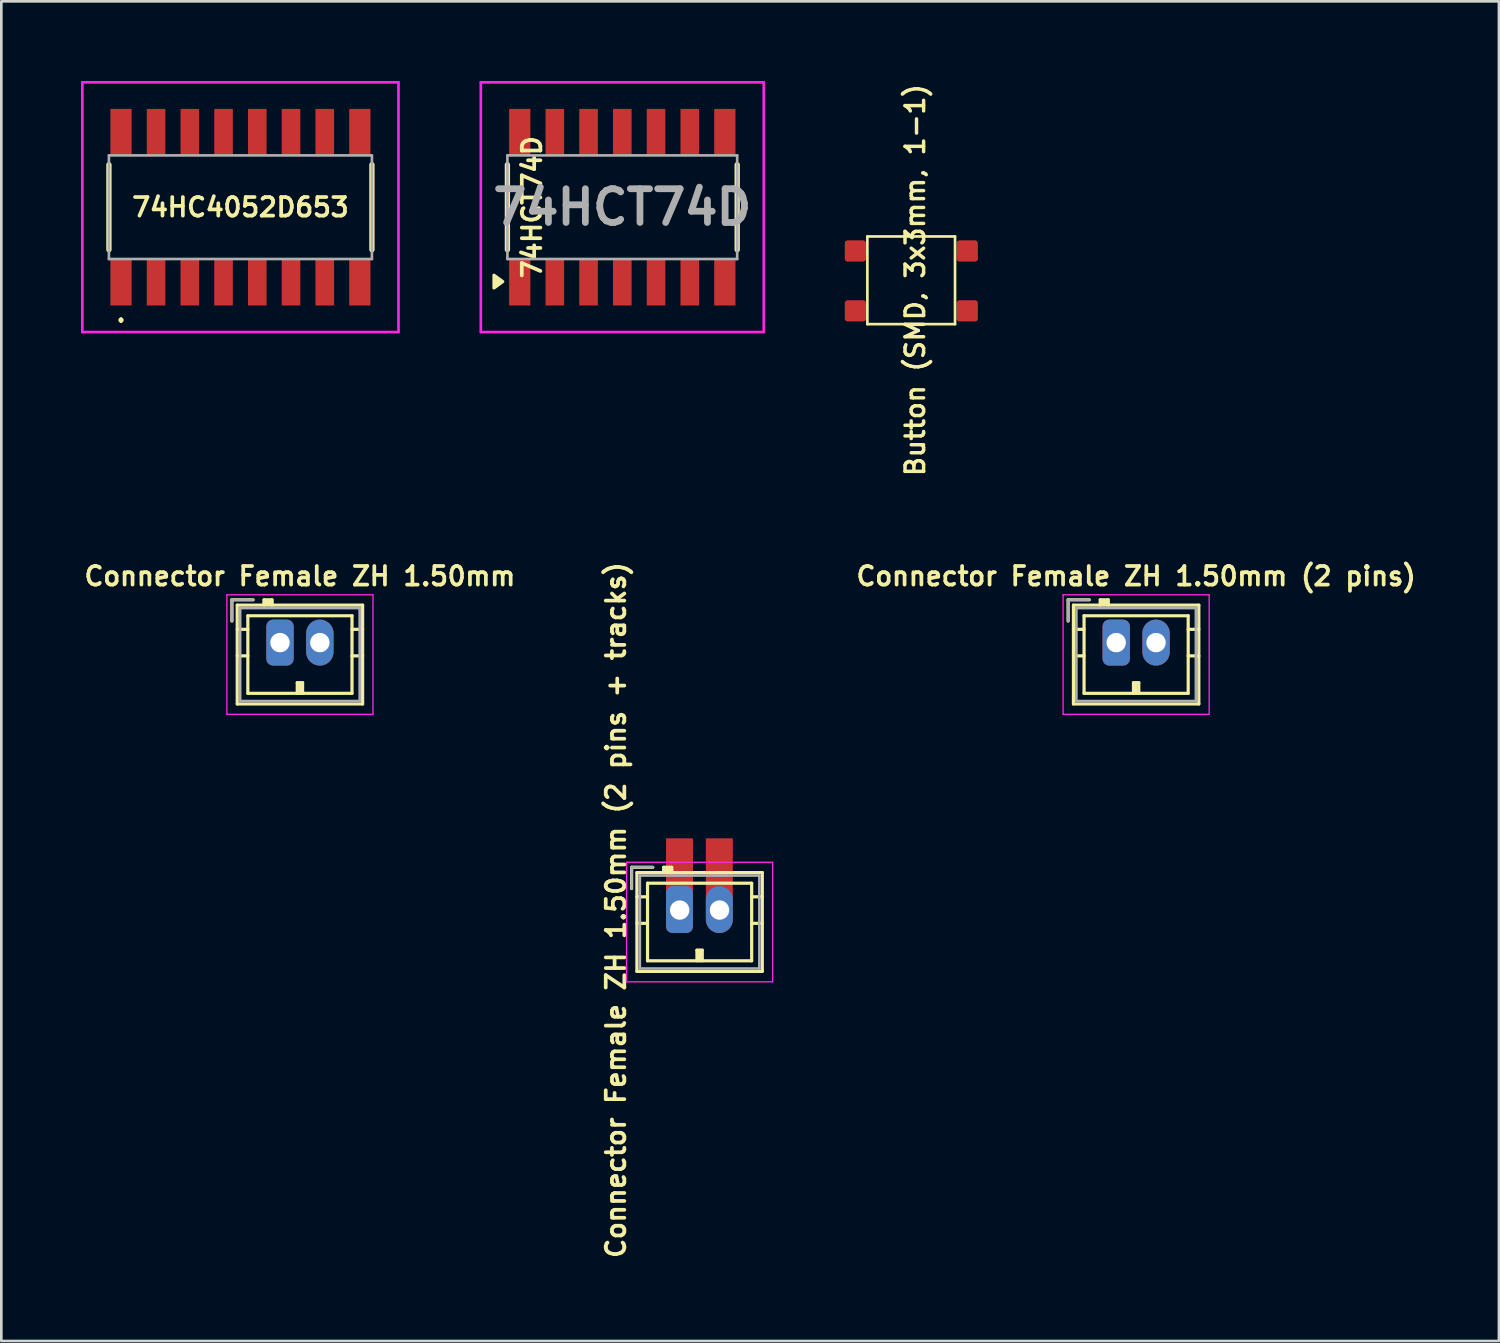
<source format=kicad_pcb>
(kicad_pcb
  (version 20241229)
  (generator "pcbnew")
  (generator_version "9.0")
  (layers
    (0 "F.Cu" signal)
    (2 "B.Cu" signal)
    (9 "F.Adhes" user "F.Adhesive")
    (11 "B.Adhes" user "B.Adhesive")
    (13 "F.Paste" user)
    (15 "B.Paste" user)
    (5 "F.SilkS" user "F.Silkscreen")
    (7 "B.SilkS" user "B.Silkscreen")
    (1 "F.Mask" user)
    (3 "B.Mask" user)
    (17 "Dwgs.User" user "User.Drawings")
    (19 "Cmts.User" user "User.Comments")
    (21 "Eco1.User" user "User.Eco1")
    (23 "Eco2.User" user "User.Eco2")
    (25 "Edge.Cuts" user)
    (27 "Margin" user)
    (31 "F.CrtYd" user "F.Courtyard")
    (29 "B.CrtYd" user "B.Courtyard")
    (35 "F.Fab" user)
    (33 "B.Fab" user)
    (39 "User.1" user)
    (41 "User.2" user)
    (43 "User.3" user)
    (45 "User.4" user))
  (footprint "74HCT74D"
    (layer "F.Cu")
    (at 20.375 4.75)
    (property "Reference" "74HCT74D" (at -3.4 0 270) (layer "F.SilkS") (effects (font (size 0.7 0.7) (thickness 0.14) (bold yes))))
    (attr smd)
    (fp_line (start -4.325 -1.6) (end -4.325 1.6) (stroke (width 0.2) (type solid)) (layer "F.SilkS"))
    (fp_line (start 4.325 -1.6) (end 4.325 1.6) (stroke (width 0.2) (type solid)) (layer "F.SilkS"))
    (fp_poly (pts (xy -4.5 2.8) (xy -4.83 3.04) (xy -4.83 2.56) (xy -4.5 2.8)) (stroke (width 0.12) (type solid)) (fill yes) (layer "F.SilkS"))
    (fp_line (start -5.325 -4.7) (end 5.325 -4.7) (stroke (width 0.1) (type solid)) (layer "F.CrtYd"))
    (fp_line (start -5.325 4.7) (end -5.325 -4.7) (stroke (width 0.1) (type solid)) (layer "F.CrtYd"))
    (fp_line (start 5.325 -4.7) (end 5.325 4.7) (stroke (width 0.1) (type solid)) (layer "F.CrtYd"))
    (fp_line (start 5.325 4.7) (end -5.325 4.7) (stroke (width 0.1) (type solid)) (layer "F.CrtYd"))
    (fp_line (start -4.325 -1.95) (end 4.325 -1.95) (stroke (width 0.1) (type solid)) (layer "F.Fab"))
    (fp_line (start -4.325 1.95) (end -4.325 -1.95) (stroke (width 0.1) (type solid)) (layer "F.Fab"))
    (fp_line (start 4.325 -1.95) (end 4.325 1.95) (stroke (width 0.1) (type solid)) (layer "F.Fab"))
    (fp_line (start 4.325 1.95) (end -4.325 1.95) (stroke (width 0.1) (type solid)) (layer "F.Fab"))
    (fp_text user "${REFERENCE}" (at 0 0 0) (layer "F.Fab") (effects (font (size 1.27 1.27) (thickness 0.254))))
    (pad "1" smd rect (at -3.86 2.825) (size 0.8 1.75) (layers "F.Cu" "F.Mask" "F.Paste"))
    (pad "2" smd rect (at -2.54 2.825) (size 0.7 1.75) (layers "F.Cu" "F.Mask" "F.Paste"))
    (pad "3" smd rect (at -1.27 2.825) (size 0.7 1.75) (layers "F.Cu" "F.Mask" "F.Paste"))
    (pad "4" smd rect (at 0 2.825) (size 0.7 1.75) (layers "F.Cu" "F.Mask" "F.Paste"))
    (pad "5" smd rect (at 1.27 2.825) (size 0.7 1.75) (layers "F.Cu" "F.Mask" "F.Paste"))
    (pad "6" smd rect (at 2.54 2.825) (size 0.7 1.75) (layers "F.Cu" "F.Mask" "F.Paste"))
    (pad "7" smd rect (at 3.86 2.825) (size 0.8 1.75) (layers "F.Cu" "F.Mask" "F.Paste"))
    (pad "8" smd rect (at 3.86 -2.825) (size 0.8 1.75) (layers "F.Cu" "F.Mask" "F.Paste"))
    (pad "9" smd rect (at 2.54 -2.825) (size 0.7 1.75) (layers "F.Cu" "F.Mask" "F.Paste"))
    (pad "10" smd rect (at 1.27 -2.825) (size 0.7 1.75) (layers "F.Cu" "F.Mask" "F.Paste"))
    (pad "11" smd rect (at 0 -2.825) (size 0.7 1.75) (layers "F.Cu" "F.Mask" "F.Paste"))
    (pad "12" smd rect (at -1.27 -2.825) (size 0.7 1.75) (layers "F.Cu" "F.Mask" "F.Paste"))
    (pad "13" smd rect (at -2.54 -2.825) (size 0.7 1.75) (layers "F.Cu" "F.Mask" "F.Paste"))
    (pad "14" smd rect (at -3.86 -2.825) (size 0.8 1.75) (layers "F.Cu" "F.Mask" "F.Paste")))
  (footprint "Connector Female ZH 1.50mm (2 pins)"
    (layer "F.Cu")
    (at 38.967 21.139)
    (property "Reference" "Connector Female ZH 1.50mm (2 pins)" (at 0.75 -2.5 0) (layer "F.SilkS") (effects (font (size 0.7 0.7) (thickness 0.14) (bold yes))))
    (attr through_hole)
    (fp_line (start -1.81 -1.61) (end -1.81 -0.81) (stroke (width 0.12) (type solid)) (layer "F.SilkS"))
    (fp_line (start -1.61 -1.41) (end -1.61 2.31) (stroke (width 0.12) (type solid)) (layer "F.SilkS"))
    (fp_line (start -1.61 -0.5) (end -1.21 -0.5) (stroke (width 0.12) (type solid)) (layer "F.SilkS"))
    (fp_line (start -1.61 0.5) (end -1.21 0.5) (stroke (width 0.12) (type solid)) (layer "F.SilkS"))
    (fp_line (start -1.61 2.31) (end 3.11 2.31) (stroke (width 0.12) (type solid)) (layer "F.SilkS"))
    (fp_line (start -1.21 -1.01) (end -1.21 1.91) (stroke (width 0.12) (type solid)) (layer "F.SilkS"))
    (fp_line (start -1.21 1.91) (end 2.71 1.91) (stroke (width 0.12) (type solid)) (layer "F.SilkS"))
    (fp_line (start -1.01 -1.61) (end -1.81 -1.61) (stroke (width 0.12) (type solid)) (layer "F.SilkS"))
    (fp_line (start -0.6 -1.61) (end -0.6 -1.41) (stroke (width 0.12) (type solid)) (layer "F.SilkS"))
    (fp_line (start -0.3 -1.61) (end -0.6 -1.61) (stroke (width 0.12) (type solid)) (layer "F.SilkS"))
    (fp_line (start -0.3 -1.51) (end -0.6 -1.51) (stroke (width 0.12) (type solid)) (layer "F.SilkS"))
    (fp_line (start -0.3 -1.41) (end -0.3 -1.61) (stroke (width 0.12) (type solid)) (layer "F.SilkS"))
    (fp_line (start 0.65 1.51) (end 0.85 1.51) (stroke (width 0.12) (type solid)) (layer "F.SilkS"))
    (fp_line (start 0.65 1.91) (end 0.65 1.51) (stroke (width 0.12) (type solid)) (layer "F.SilkS"))
    (fp_line (start 0.75 1.91) (end 0.75 1.51) (stroke (width 0.12) (type solid)) (layer "F.SilkS"))
    (fp_line (start 0.85 1.51) (end 0.85 1.91) (stroke (width 0.12) (type solid)) (layer "F.SilkS"))
    (fp_line (start 2.71 -1.01) (end -1.21 -1.01) (stroke (width 0.12) (type solid)) (layer "F.SilkS"))
    (fp_line (start 2.71 1.91) (end 2.71 -1.01) (stroke (width 0.12) (type solid)) (layer "F.SilkS"))
    (fp_line (start 3.11 -1.41) (end -1.61 -1.41) (stroke (width 0.12) (type solid)) (layer "F.SilkS"))
    (fp_line (start 3.11 -0.5) (end 2.71 -0.5) (stroke (width 0.12) (type solid)) (layer "F.SilkS"))
    (fp_line (start 3.11 0.5) (end 2.71 0.5) (stroke (width 0.12) (type solid)) (layer "F.SilkS"))
    (fp_line (start 3.11 2.31) (end 3.11 -1.41) (stroke (width 0.12) (type solid)) (layer "F.SilkS"))
    (fp_line (start -2 -1.8) (end -2 2.7) (stroke (width 0.05) (type solid)) (layer "F.CrtYd"))
    (fp_line (start -2 2.7) (end 3.5 2.7) (stroke (width 0.05) (type solid)) (layer "F.CrtYd"))
    (fp_line (start 3.5 -1.8) (end -2 -1.8) (stroke (width 0.05) (type solid)) (layer "F.CrtYd"))
    (fp_line (start 3.5 2.7) (end 3.5 -1.8) (stroke (width 0.05) (type solid)) (layer "F.CrtYd"))
    (fp_line (start -1.81 -1.61) (end -1.81 -0.81) (stroke (width 0.1) (type solid)) (layer "F.Fab"))
    (fp_line (start -1.5 -1.3) (end -1.5 2.2) (stroke (width 0.1) (type solid)) (layer "F.Fab"))
    (fp_line (start -1.5 2.2) (end 3 2.2) (stroke (width 0.1) (type solid)) (layer "F.Fab"))
    (fp_line (start -1.01 -1.61) (end -1.81 -1.61) (stroke (width 0.1) (type solid)) (layer "F.Fab"))
    (fp_line (start 3 -1.3) (end -1.5 -1.3) (stroke (width 0.1) (type solid)) (layer "F.Fab"))
    (fp_line (start 3 2.2) (end 3 -1.3) (stroke (width 0.1) (type solid)) (layer "F.Fab"))
    (pad "1" thru_hole roundrect (at 0 0) (size 1.03 1.73) (drill 0.73) (layers "*.Cu" "*.Mask") (roundrect_rratio 0.243))
    (pad "2" thru_hole oval (at 1.5 0) (size 1.03 1.73) (drill 0.73) (layers "*.Cu" "*.Mask")))
  (footprint "Button (SMD, 3x3mm, 1-1)"
    (layer "F.Cu")
    (at 29.6 5.852)
    (property "Reference" "Button (SMD, 3x3mm, 1-1)" (at 1.8 1.64 270) (layer "F.SilkS") (effects (font (size 0.7 0.7) (thickness 0.13) (bold yes))))
    (attr smd)
    (fp_line (start 0 0) (end 0 3.3) (stroke (width 0.1) (type default)) (layer "F.SilkS"))
    (fp_line (start 0 0) (end 3.3 0) (stroke (width 0.1) (type default)) (layer "F.SilkS"))
    (fp_line (start 3.3 3.3) (end 0 3.3) (stroke (width 0.1) (type default)) (layer "F.SilkS"))
    (fp_line (start 3.3 3.3) (end 3.3 0) (stroke (width 0.1) (type default)) (layer "F.SilkS"))
    (pad "1" smd roundrect (at -0.45 0.545) (size 0.8 0.8) (layers "F.Cu" "F.Mask" "F.Paste") (roundrect_rratio 0.131))
    (pad "1" smd roundrect (at 3.76 0.545) (size 0.8 0.8) (layers "F.Cu" "F.Mask" "F.Paste") (roundrect_rratio 0.131))
    (pad "2" smd roundrect (at -0.45 2.8) (size 0.8 0.8) (layers "F.Cu" "F.Mask" "F.Paste") (roundrect_rratio 0.131))
    (pad "2" smd roundrect (at 3.76 2.8) (size 0.8 0.8) (layers "F.Cu" "F.Mask" "F.Paste") (roundrect_rratio 0.131)))
  (footprint "Connector Female ZH 1.50mm"
    (layer "F.Cu")
    (at 7.49 21.139)
    (property "Reference" "Connector Female ZH 1.50mm" (at 0.75 -2.5 0) (layer "F.SilkS") (effects (font (size 0.7 0.7) (thickness 0.14) (bold yes))))
    (attr through_hole)
    (fp_line (start -1.81 -1.61) (end -1.81 -0.81) (stroke (width 0.12) (type solid)) (layer "F.SilkS"))
    (fp_line (start -1.61 -1.41) (end -1.61 2.31) (stroke (width 0.12) (type solid)) (layer "F.SilkS"))
    (fp_line (start -1.61 -0.5) (end -1.21 -0.5) (stroke (width 0.12) (type solid)) (layer "F.SilkS"))
    (fp_line (start -1.61 0.5) (end -1.21 0.5) (stroke (width 0.12) (type solid)) (layer "F.SilkS"))
    (fp_line (start -1.61 2.31) (end 3.11 2.31) (stroke (width 0.12) (type solid)) (layer "F.SilkS"))
    (fp_line (start -1.21 -1.01) (end -1.21 1.91) (stroke (width 0.12) (type solid)) (layer "F.SilkS"))
    (fp_line (start -1.21 1.91) (end 2.71 1.91) (stroke (width 0.12) (type solid)) (layer "F.SilkS"))
    (fp_line (start -1.01 -1.61) (end -1.81 -1.61) (stroke (width 0.12) (type solid)) (layer "F.SilkS"))
    (fp_line (start -0.6 -1.61) (end -0.6 -1.41) (stroke (width 0.12) (type solid)) (layer "F.SilkS"))
    (fp_line (start -0.3 -1.61) (end -0.6 -1.61) (stroke (width 0.12) (type solid)) (layer "F.SilkS"))
    (fp_line (start -0.3 -1.51) (end -0.6 -1.51) (stroke (width 0.12) (type solid)) (layer "F.SilkS"))
    (fp_line (start -0.3 -1.41) (end -0.3 -1.61) (stroke (width 0.12) (type solid)) (layer "F.SilkS"))
    (fp_line (start 0.65 1.51) (end 0.85 1.51) (stroke (width 0.12) (type solid)) (layer "F.SilkS"))
    (fp_line (start 0.65 1.91) (end 0.65 1.51) (stroke (width 0.12) (type solid)) (layer "F.SilkS"))
    (fp_line (start 0.75 1.91) (end 0.75 1.51) (stroke (width 0.12) (type solid)) (layer "F.SilkS"))
    (fp_line (start 0.85 1.51) (end 0.85 1.91) (stroke (width 0.12) (type solid)) (layer "F.SilkS"))
    (fp_line (start 2.71 -1.01) (end -1.21 -1.01) (stroke (width 0.12) (type solid)) (layer "F.SilkS"))
    (fp_line (start 2.71 1.91) (end 2.71 -1.01) (stroke (width 0.12) (type solid)) (layer "F.SilkS"))
    (fp_line (start 3.11 -1.41) (end -1.61 -1.41) (stroke (width 0.12) (type solid)) (layer "F.SilkS"))
    (fp_line (start 3.11 -0.5) (end 2.71 -0.5) (stroke (width 0.12) (type solid)) (layer "F.SilkS"))
    (fp_line (start 3.11 0.5) (end 2.71 0.5) (stroke (width 0.12) (type solid)) (layer "F.SilkS"))
    (fp_line (start 3.11 2.31) (end 3.11 -1.41) (stroke (width 0.12) (type solid)) (layer "F.SilkS"))
    (fp_line (start -2 -1.8) (end -2 2.7) (stroke (width 0.05) (type solid)) (layer "F.CrtYd"))
    (fp_line (start -2 2.7) (end 3.5 2.7) (stroke (width 0.05) (type solid)) (layer "F.CrtYd"))
    (fp_line (start 3.5 -1.8) (end -2 -1.8) (stroke (width 0.05) (type solid)) (layer "F.CrtYd"))
    (fp_line (start 3.5 2.7) (end 3.5 -1.8) (stroke (width 0.05) (type solid)) (layer "F.CrtYd"))
    (fp_line (start -1.81 -1.61) (end -1.81 -0.81) (stroke (width 0.1) (type solid)) (layer "F.Fab"))
    (fp_line (start -1.5 -1.3) (end -1.5 2.2) (stroke (width 0.1) (type solid)) (layer "F.Fab"))
    (fp_line (start -1.5 2.2) (end 3 2.2) (stroke (width 0.1) (type solid)) (layer "F.Fab"))
    (fp_line (start -1.01 -1.61) (end -1.81 -1.61) (stroke (width 0.1) (type solid)) (layer "F.Fab"))
    (fp_line (start 3 -1.3) (end -1.5 -1.3) (stroke (width 0.1) (type solid)) (layer "F.Fab"))
    (fp_line (start 3 2.2) (end 3 -1.3) (stroke (width 0.1) (type solid)) (layer "F.Fab"))
    (pad "1" thru_hole roundrect (at 0 0) (size 1.03 1.73) (drill 0.73) (layers "*.Cu" "*.Mask") (roundrect_rratio 0.243))
    (pad "2" thru_hole oval (at 1.5 0) (size 1.03 1.73) (drill 0.73) (layers "*.Cu" "*.Mask")))
  (footprint "Connector Female ZH 1.50mm (2 pins + tracks)"
    (layer "F.Cu")
    (at 22.535 31.207)
    (property "Reference" "Connector Female ZH 1.50mm (2 pins + tracks)" (at -2.4 0 90) (layer "F.SilkS") (effects (font (size 0.7 0.7) (thickness 0.14) (bold yes))))
    (attr through_hole)
    (fp_line (start -1.81 -1.61) (end -1.81 -0.81) (stroke (width 0.12) (type solid)) (layer "F.SilkS"))
    (fp_line (start -1.61 -1.41) (end -1.61 2.31) (stroke (width 0.12) (type solid)) (layer "F.SilkS"))
    (fp_line (start -1.61 -0.5) (end -1.21 -0.5) (stroke (width 0.12) (type solid)) (layer "F.SilkS"))
    (fp_line (start -1.61 0.5) (end -1.21 0.5) (stroke (width 0.12) (type solid)) (layer "F.SilkS"))
    (fp_line (start -1.61 2.31) (end 3.11 2.31) (stroke (width 0.12) (type solid)) (layer "F.SilkS"))
    (fp_line (start -1.21 -1.01) (end -1.21 1.91) (stroke (width 0.12) (type solid)) (layer "F.SilkS"))
    (fp_line (start -1.21 1.91) (end 2.71 1.91) (stroke (width 0.12) (type solid)) (layer "F.SilkS"))
    (fp_line (start -1.01 -1.61) (end -1.81 -1.61) (stroke (width 0.12) (type solid)) (layer "F.SilkS"))
    (fp_line (start -0.6 -1.61) (end -0.6 -1.41) (stroke (width 0.12) (type solid)) (layer "F.SilkS"))
    (fp_line (start -0.3 -1.61) (end -0.6 -1.61) (stroke (width 0.12) (type solid)) (layer "F.SilkS"))
    (fp_line (start -0.3 -1.51) (end -0.6 -1.51) (stroke (width 0.12) (type solid)) (layer "F.SilkS"))
    (fp_line (start -0.3 -1.41) (end -0.3 -1.61) (stroke (width 0.12) (type solid)) (layer "F.SilkS"))
    (fp_line (start 0.65 1.51) (end 0.85 1.51) (stroke (width 0.12) (type solid)) (layer "F.SilkS"))
    (fp_line (start 0.65 1.91) (end 0.65 1.51) (stroke (width 0.12) (type solid)) (layer "F.SilkS"))
    (fp_line (start 0.75 1.91) (end 0.75 1.51) (stroke (width 0.12) (type solid)) (layer "F.SilkS"))
    (fp_line (start 0.85 1.51) (end 0.85 1.91) (stroke (width 0.12) (type solid)) (layer "F.SilkS"))
    (fp_line (start 2.71 -1.01) (end -1.21 -1.01) (stroke (width 0.12) (type solid)) (layer "F.SilkS"))
    (fp_line (start 2.71 1.91) (end 2.71 -1.01) (stroke (width 0.12) (type solid)) (layer "F.SilkS"))
    (fp_line (start 3.11 -1.41) (end -1.61 -1.41) (stroke (width 0.12) (type solid)) (layer "F.SilkS"))
    (fp_line (start 3.11 -0.5) (end 2.71 -0.5) (stroke (width 0.12) (type solid)) (layer "F.SilkS"))
    (fp_line (start 3.11 0.5) (end 2.71 0.5) (stroke (width 0.12) (type solid)) (layer "F.SilkS"))
    (fp_line (start 3.11 2.31) (end 3.11 -1.41) (stroke (width 0.12) (type solid)) (layer "F.SilkS"))
    (fp_line (start -2 -1.8) (end -2 2.7) (stroke (width 0.05) (type solid)) (layer "F.CrtYd"))
    (fp_line (start -2 2.7) (end 3.5 2.7) (stroke (width 0.05) (type solid)) (layer "F.CrtYd"))
    (fp_line (start 3.5 -1.8) (end -2 -1.8) (stroke (width 0.05) (type solid)) (layer "F.CrtYd"))
    (fp_line (start 3.5 2.7) (end 3.5 -1.8) (stroke (width 0.05) (type solid)) (layer "F.CrtYd"))
    (fp_line (start -1.81 -1.61) (end -1.81 -0.81) (stroke (width 0.1) (type solid)) (layer "F.Fab"))
    (fp_line (start -1.5 -1.3) (end -1.5 2.2) (stroke (width 0.1) (type solid)) (layer "F.Fab"))
    (fp_line (start -1.5 2.2) (end 3 2.2) (stroke (width 0.1) (type solid)) (layer "F.Fab"))
    (fp_line (start -1.01 -1.61) (end -1.81 -1.61) (stroke (width 0.1) (type solid)) (layer "F.Fab"))
    (fp_line (start 3 -1.3) (end -1.5 -1.3) (stroke (width 0.1) (type solid)) (layer "F.Fab"))
    (fp_line (start 3 2.2) (end 3 -1.3) (stroke (width 0.1) (type solid)) (layer "F.Fab"))
    (pad "1" smd rect (at 0 -1.3) (size 1.015 2.265) (drill (offset -0.007 -0.268)) (layers "F.Cu" "F.Mask" "F.Paste"))
    (pad "1" thru_hole roundrect (at 0 0) (size 1.015 1.765) (drill 0.73 (offset -0.007 -0.018)) (layers "*.Cu" "*.Mask") (roundrect_rratio 0.243))
    (pad "2" smd rect (at 1.5 -1.3) (size 1.015 2.265) (drill (offset -0.007 -0.268)) (layers "F.Cu" "F.Mask" "F.Paste"))
    (pad "2" thru_hole oval (at 1.5 0) (size 1.015 1.765) (drill 0.73 (offset -0.007 -0.018)) (layers "*.Cu" "*.Mask")))
  (footprint "74HC4052D653"
    (layer "F.Cu")
    (at 6 4.75)
    (property "Reference" "74HC4052D653" (at 0 0 0) (layer "F.SilkS") (effects (font (size 0.7 0.7) (thickness 0.14) (bold yes))))
    (attr smd)
    (fp_line (start -4.95 -1.6) (end -4.95 1.6) (stroke (width 0.2) (type solid)) (layer "F.SilkS"))
    (fp_line (start -4.495 4.2) (end -4.495 4.2) (stroke (width 0.1) (type solid)) (layer "F.SilkS"))
    (fp_line (start -4.495 4.3) (end -4.495 4.3) (stroke (width 0.1) (type solid)) (layer "F.SilkS"))
    (fp_line (start 4.95 -1.6) (end 4.95 1.6) (stroke (width 0.2) (type solid)) (layer "F.SilkS"))
    (fp_arc (start -4.495 4.2) (mid -4.445 4.25) (end -4.495 4.3) (stroke (width 0.1) (type solid)) (layer "F.SilkS"))
    (fp_arc (start -4.495 4.3) (mid -4.545 4.25) (end -4.495 4.2) (stroke (width 0.1) (type solid)) (layer "F.SilkS"))
    (fp_line (start -5.95 -4.7) (end 5.95 -4.7) (stroke (width 0.1) (type solid)) (layer "F.CrtYd"))
    (fp_line (start -5.95 4.7) (end -5.95 -4.7) (stroke (width 0.1) (type solid)) (layer "F.CrtYd"))
    (fp_line (start 5.95 -4.7) (end 5.95 4.7) (stroke (width 0.1) (type solid)) (layer "F.CrtYd"))
    (fp_line (start 5.95 4.7) (end -5.95 4.7) (stroke (width 0.1) (type solid)) (layer "F.CrtYd"))
    (fp_line (start -4.95 -1.95) (end 4.95 -1.95) (stroke (width 0.1) (type solid)) (layer "F.Fab"))
    (fp_line (start -4.95 1.95) (end -4.95 -1.95) (stroke (width 0.1) (type solid)) (layer "F.Fab"))
    (fp_line (start 4.95 -1.95) (end 4.95 1.95) (stroke (width 0.1) (type solid)) (layer "F.Fab"))
    (fp_line (start 4.95 1.95) (end -4.95 1.95) (stroke (width 0.1) (type solid)) (layer "F.Fab"))
    (pad "1" smd rect (at -4.495 2.825) (size 0.8 1.75) (layers "F.Cu" "F.Mask" "F.Paste"))
    (pad "2" smd rect (at -3.175 2.825) (size 0.7 1.75) (layers "F.Cu" "F.Mask" "F.Paste"))
    (pad "3" smd rect (at -1.905 2.825) (size 0.7 1.75) (layers "F.Cu" "F.Mask" "F.Paste"))
    (pad "4" smd rect (at -0.635 2.825) (size 0.7 1.75) (layers "F.Cu" "F.Mask" "F.Paste"))
    (pad "5" smd rect (at 0.635 2.825) (size 0.7 1.75) (layers "F.Cu" "F.Mask" "F.Paste"))
    (pad "6" smd rect (at 1.905 2.825) (size 0.7 1.75) (layers "F.Cu" "F.Mask" "F.Paste"))
    (pad "7" smd rect (at 3.175 2.825) (size 0.7 1.75) (layers "F.Cu" "F.Mask" "F.Paste"))
    (pad "8" smd rect (at 4.495 2.825) (size 0.8 1.75) (layers "F.Cu" "F.Mask" "F.Paste"))
    (pad "9" smd rect (at 4.495 -2.825) (size 0.8 1.75) (layers "F.Cu" "F.Mask" "F.Paste"))
    (pad "10" smd rect (at 3.175 -2.825) (size 0.7 1.75) (layers "F.Cu" "F.Mask" "F.Paste"))
    (pad "11" smd rect (at 1.905 -2.825) (size 0.7 1.75) (layers "F.Cu" "F.Mask" "F.Paste"))
    (pad "12" smd rect (at 0.635 -2.825) (size 0.7 1.75) (layers "F.Cu" "F.Mask" "F.Paste"))
    (pad "13" smd rect (at -0.635 -2.825) (size 0.7 1.75) (layers "F.Cu" "F.Mask" "F.Paste"))
    (pad "14" smd rect (at -1.905 -2.825) (size 0.7 1.75) (layers "F.Cu" "F.Mask" "F.Paste"))
    (pad "15" smd rect (at -3.175 -2.825) (size 0.7 1.75) (layers "F.Cu" "F.Mask" "F.Paste"))
    (pad "16" smd rect (at -4.495 -2.825) (size 0.8 1.75) (layers "F.Cu" "F.Mask" "F.Paste")))
  (gr_rect
    (start -3 -3)
    (end 53.374 47.43)
    (stroke (width 0.1) (type default))
    (fill no)
    (layer "Edge.Cuts")))
</source>
